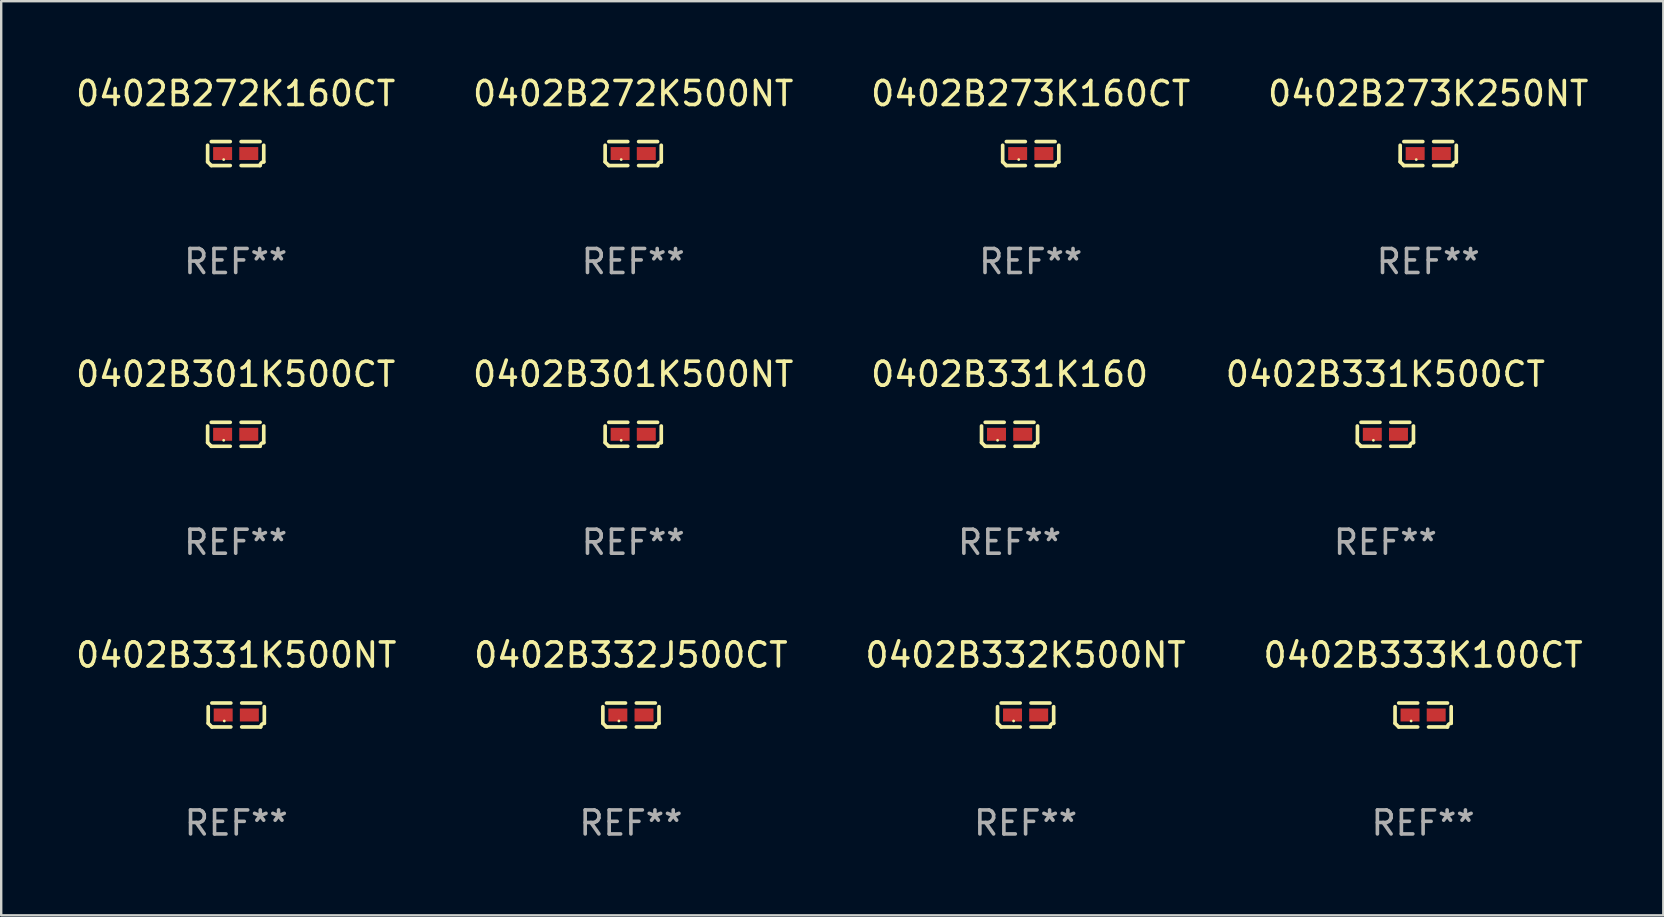
<source format=kicad_pcb>
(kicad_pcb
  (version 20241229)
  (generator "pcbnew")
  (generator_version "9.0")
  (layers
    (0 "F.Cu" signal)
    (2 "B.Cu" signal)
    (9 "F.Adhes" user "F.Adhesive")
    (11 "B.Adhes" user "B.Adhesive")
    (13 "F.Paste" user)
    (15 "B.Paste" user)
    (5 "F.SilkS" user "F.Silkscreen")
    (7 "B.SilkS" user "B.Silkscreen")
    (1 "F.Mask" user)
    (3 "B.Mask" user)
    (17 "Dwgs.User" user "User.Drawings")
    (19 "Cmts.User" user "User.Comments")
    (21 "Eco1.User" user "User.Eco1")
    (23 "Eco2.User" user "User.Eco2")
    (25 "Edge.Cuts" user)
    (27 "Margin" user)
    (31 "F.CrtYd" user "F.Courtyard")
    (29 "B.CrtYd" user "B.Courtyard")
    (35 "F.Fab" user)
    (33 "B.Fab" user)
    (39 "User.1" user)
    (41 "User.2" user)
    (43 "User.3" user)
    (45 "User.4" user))
  (footprint "0402B301K500CT"
    (layer "F.Cu")
    (at 6.768 15.041)
    (property "Reference" "0402B301K500CT" (at 0 -2.499 0) (layer "F.SilkS") (effects (font (size 1 1) (thickness 0.15))))
    (attr through_hole)
    (fp_line (start -1.169 0.346) (end -1.169 -0.346) (stroke (width 0.152) (type solid)) (layer "F.SilkS"))
    (fp_line (start -1.016 -0.499) (end -0.226 -0.499) (stroke (width 0.152) (type solid)) (layer "F.SilkS"))
    (fp_line (start -0.226 0.499) (end -1.016 0.499) (stroke (width 0.152) (type solid)) (layer "F.SilkS"))
    (fp_line (start 0.226 0.499) (end 1.016 0.499) (stroke (width 0.152) (type solid)) (layer "F.SilkS"))
    (fp_line (start 1.016 -0.499) (end 0.226 -0.499) (stroke (width 0.152) (type solid)) (layer "F.SilkS"))
    (fp_line (start 1.169 0.346) (end 1.169 -0.346) (stroke (width 0.152) (type solid)) (layer "F.SilkS"))
    (fp_arc (start -1.016307 0.498603) (mid -1.092512 0.422405) (end -1.16871 0.3462) (stroke (width 0.1524) (type solid)) (layer "F.SilkS"))
    (fp_arc (start 1.016307 0.498603) (mid 1.060899 0.390758) (end 1.168707 0.346076) (stroke (width 0.1524) (type solid)) (layer "F.SilkS"))
    (fp_circle (center -0.5 0.25) (end -0.47 0.25) (stroke (width 0.06) (type solid)) (fill no) (layer "F.SilkS"))
    (fp_text user "REF**" (at 0 4.499 0) (layer "F.Fab") (effects (font (size 1 1) (thickness 0.15))))
    (pad "1" smd rect (at -0.545 0) (size 0.79 0.54) (layers "F.Cu" "F.Mask" "F.Paste"))
    (pad "2" smd rect (at 0.545 0) (size 0.79 0.54) (layers "F.Cu" "F.Mask" "F.Paste")))
  (footprint "0402B331K500CT"
    (layer "F.Cu")
    (at 54.661 15.041)
    (property "Reference" "0402B331K500CT" (at 0 -2.499 0) (layer "F.SilkS") (effects (font (size 1 1) (thickness 0.15))))
    (attr through_hole)
    (fp_line (start -1.169 0.346) (end -1.169 -0.346) (stroke (width 0.152) (type solid)) (layer "F.SilkS"))
    (fp_line (start -1.016 -0.499) (end -0.226 -0.499) (stroke (width 0.152) (type solid)) (layer "F.SilkS"))
    (fp_line (start -0.226 0.499) (end -1.016 0.499) (stroke (width 0.152) (type solid)) (layer "F.SilkS"))
    (fp_line (start 0.226 0.499) (end 1.016 0.499) (stroke (width 0.152) (type solid)) (layer "F.SilkS"))
    (fp_line (start 1.016 -0.499) (end 0.226 -0.499) (stroke (width 0.152) (type solid)) (layer "F.SilkS"))
    (fp_line (start 1.169 0.346) (end 1.169 -0.346) (stroke (width 0.152) (type solid)) (layer "F.SilkS"))
    (fp_arc (start -1.016307 0.498603) (mid -1.092512 0.422405) (end -1.16871 0.3462) (stroke (width 0.1524) (type solid)) (layer "F.SilkS"))
    (fp_arc (start 1.016307 0.498603) (mid 1.060899 0.390758) (end 1.168707 0.346076) (stroke (width 0.1524) (type solid)) (layer "F.SilkS"))
    (fp_circle (center -0.5 0.25) (end -0.47 0.25) (stroke (width 0.06) (type solid)) (fill no) (layer "F.SilkS"))
    (fp_text user "REF**" (at 0 4.499 0) (layer "F.Fab") (effects (font (size 1 1) (thickness 0.15))))
    (pad "1" smd rect (at -0.545 0) (size 0.79 0.54) (layers "F.Cu" "F.Mask" "F.Paste"))
    (pad "2" smd rect (at 0.545 0) (size 0.79 0.54) (layers "F.Cu" "F.Mask" "F.Paste")))
  (footprint "0402B301K500NT"
    (layer "F.Cu")
    (at 23.327 15.041)
    (property "Reference" "0402B301K500NT" (at 0 -2.499 0) (layer "F.SilkS") (effects (font (size 1 1) (thickness 0.15))))
    (attr through_hole)
    (fp_line (start -1.169 0.346) (end -1.169 -0.346) (stroke (width 0.152) (type solid)) (layer "F.SilkS"))
    (fp_line (start -1.016 -0.499) (end -0.226 -0.499) (stroke (width 0.152) (type solid)) (layer "F.SilkS"))
    (fp_line (start -0.226 0.499) (end -1.016 0.499) (stroke (width 0.152) (type solid)) (layer "F.SilkS"))
    (fp_line (start 0.226 0.499) (end 1.016 0.499) (stroke (width 0.152) (type solid)) (layer "F.SilkS"))
    (fp_line (start 1.016 -0.499) (end 0.226 -0.499) (stroke (width 0.152) (type solid)) (layer "F.SilkS"))
    (fp_line (start 1.169 0.346) (end 1.169 -0.346) (stroke (width 0.152) (type solid)) (layer "F.SilkS"))
    (fp_arc (start -1.016307 0.498603) (mid -1.092512 0.422405) (end -1.16871 0.3462) (stroke (width 0.1524) (type solid)) (layer "F.SilkS"))
    (fp_arc (start 1.016307 0.498603) (mid 1.060899 0.390758) (end 1.168707 0.346076) (stroke (width 0.1524) (type solid)) (layer "F.SilkS"))
    (fp_circle (center -0.5 0.25) (end -0.47 0.25) (stroke (width 0.06) (type solid)) (fill no) (layer "F.SilkS"))
    (fp_text user "REF**" (at 0 4.499 0) (layer "F.Fab") (effects (font (size 1 1) (thickness 0.15))))
    (pad "1" smd rect (at -0.545 0) (size 0.79 0.54) (layers "F.Cu" "F.Mask" "F.Paste"))
    (pad "2" smd rect (at 0.545 0) (size 0.79 0.54) (layers "F.Cu" "F.Mask" "F.Paste")))
  (footprint "0402B273K250NT"
    (layer "F.Cu")
    (at 56.446 3.347)
    (property "Reference" "0402B273K250NT" (at 0 -2.499 0) (layer "F.SilkS") (effects (font (size 1 1) (thickness 0.15))))
    (attr through_hole)
    (fp_line (start -1.169 0.346) (end -1.169 -0.346) (stroke (width 0.152) (type solid)) (layer "F.SilkS"))
    (fp_line (start -1.016 -0.499) (end -0.226 -0.499) (stroke (width 0.152) (type solid)) (layer "F.SilkS"))
    (fp_line (start -0.226 0.499) (end -1.016 0.499) (stroke (width 0.152) (type solid)) (layer "F.SilkS"))
    (fp_line (start 0.226 0.499) (end 1.016 0.499) (stroke (width 0.152) (type solid)) (layer "F.SilkS"))
    (fp_line (start 1.016 -0.499) (end 0.226 -0.499) (stroke (width 0.152) (type solid)) (layer "F.SilkS"))
    (fp_line (start 1.169 0.346) (end 1.169 -0.346) (stroke (width 0.152) (type solid)) (layer "F.SilkS"))
    (fp_arc (start -1.016307 0.498603) (mid -1.092512 0.422405) (end -1.16871 0.3462) (stroke (width 0.1524) (type solid)) (layer "F.SilkS"))
    (fp_arc (start 1.016307 0.498603) (mid 1.060899 0.390758) (end 1.168707 0.346076) (stroke (width 0.1524) (type solid)) (layer "F.SilkS"))
    (fp_circle (center -0.5 0.25) (end -0.47 0.25) (stroke (width 0.06) (type solid)) (fill no) (layer "F.SilkS"))
    (fp_text user "REF**" (at 0 4.499 0) (layer "F.Fab") (effects (font (size 1 1) (thickness 0.15))))
    (pad "1" smd rect (at -0.545 0) (size 0.79 0.54) (layers "F.Cu" "F.Mask" "F.Paste"))
    (pad "2" smd rect (at 0.545 0) (size 0.79 0.54) (layers "F.Cu" "F.Mask" "F.Paste")))
  (footprint "0402B331K160"
    (layer "F.Cu")
    (at 39.006 15.041)
    (property "Reference" "0402B331K160" (at 0 -2.499 0) (layer "F.SilkS") (effects (font (size 1 1) (thickness 0.15))))
    (attr through_hole)
    (fp_line (start -1.169 0.346) (end -1.169 -0.346) (stroke (width 0.152) (type solid)) (layer "F.SilkS"))
    (fp_line (start -1.016 -0.499) (end -0.226 -0.499) (stroke (width 0.152) (type solid)) (layer "F.SilkS"))
    (fp_line (start -0.226 0.499) (end -1.016 0.499) (stroke (width 0.152) (type solid)) (layer "F.SilkS"))
    (fp_line (start 0.226 0.499) (end 1.016 0.499) (stroke (width 0.152) (type solid)) (layer "F.SilkS"))
    (fp_line (start 1.016 -0.499) (end 0.226 -0.499) (stroke (width 0.152) (type solid)) (layer "F.SilkS"))
    (fp_line (start 1.169 0.346) (end 1.169 -0.346) (stroke (width 0.152) (type solid)) (layer "F.SilkS"))
    (fp_arc (start -1.016307 0.498603) (mid -1.092512 0.422405) (end -1.16871 0.3462) (stroke (width 0.1524) (type solid)) (layer "F.SilkS"))
    (fp_arc (start 1.016307 0.498603) (mid 1.060899 0.390758) (end 1.168707 0.346076) (stroke (width 0.1524) (type solid)) (layer "F.SilkS"))
    (fp_circle (center -0.5 0.25) (end -0.47 0.25) (stroke (width 0.06) (type solid)) (fill no) (layer "F.SilkS"))
    (fp_text user "REF**" (at 0 4.499 0) (layer "F.Fab") (effects (font (size 1 1) (thickness 0.15))))
    (pad "1" smd rect (at -0.545 0) (size 0.79 0.54) (layers "F.Cu" "F.Mask" "F.Paste"))
    (pad "2" smd rect (at 0.545 0) (size 0.79 0.54) (layers "F.Cu" "F.Mask" "F.Paste")))
  (footprint "0402B272K160CT"
    (layer "F.Cu")
    (at 6.768 3.347)
    (property "Reference" "0402B272K160CT" (at 0 -2.499 0) (layer "F.SilkS") (effects (font (size 1 1) (thickness 0.15))))
    (attr through_hole)
    (fp_line (start -1.169 0.346) (end -1.169 -0.346) (stroke (width 0.152) (type solid)) (layer "F.SilkS"))
    (fp_line (start -1.016 -0.499) (end -0.226 -0.499) (stroke (width 0.152) (type solid)) (layer "F.SilkS"))
    (fp_line (start -0.226 0.499) (end -1.016 0.499) (stroke (width 0.152) (type solid)) (layer "F.SilkS"))
    (fp_line (start 0.226 0.499) (end 1.016 0.499) (stroke (width 0.152) (type solid)) (layer "F.SilkS"))
    (fp_line (start 1.016 -0.499) (end 0.226 -0.499) (stroke (width 0.152) (type solid)) (layer "F.SilkS"))
    (fp_line (start 1.169 0.346) (end 1.169 -0.346) (stroke (width 0.152) (type solid)) (layer "F.SilkS"))
    (fp_arc (start -1.016307 0.498603) (mid -1.092512 0.422405) (end -1.16871 0.3462) (stroke (width 0.1524) (type solid)) (layer "F.SilkS"))
    (fp_arc (start 1.016307 0.498603) (mid 1.060899 0.390758) (end 1.168707 0.346076) (stroke (width 0.1524) (type solid)) (layer "F.SilkS"))
    (fp_circle (center -0.5 0.25) (end -0.47 0.25) (stroke (width 0.06) (type solid)) (fill no) (layer "F.SilkS"))
    (fp_text user "REF**" (at 0 4.499 0) (layer "F.Fab") (effects (font (size 1 1) (thickness 0.15))))
    (pad "1" smd rect (at -0.545 0) (size 0.79 0.54) (layers "F.Cu" "F.Mask" "F.Paste"))
    (pad "2" smd rect (at 0.545 0) (size 0.79 0.54) (layers "F.Cu" "F.Mask" "F.Paste")))
  (footprint "0402B333K100CT"
    (layer "F.Cu")
    (at 56.232 26.734)
    (property "Reference" "0402B333K100CT" (at 0 -2.499 0) (layer "F.SilkS") (effects (font (size 1 1) (thickness 0.15))))
    (attr through_hole)
    (fp_line (start -1.169 0.346) (end -1.169 -0.346) (stroke (width 0.152) (type solid)) (layer "F.SilkS"))
    (fp_line (start -1.016 -0.499) (end -0.226 -0.499) (stroke (width 0.152) (type solid)) (layer "F.SilkS"))
    (fp_line (start -0.226 0.499) (end -1.016 0.499) (stroke (width 0.152) (type solid)) (layer "F.SilkS"))
    (fp_line (start 0.226 0.499) (end 1.016 0.499) (stroke (width 0.152) (type solid)) (layer "F.SilkS"))
    (fp_line (start 1.016 -0.499) (end 0.226 -0.499) (stroke (width 0.152) (type solid)) (layer "F.SilkS"))
    (fp_line (start 1.169 0.346) (end 1.169 -0.346) (stroke (width 0.152) (type solid)) (layer "F.SilkS"))
    (fp_arc (start -1.016307 0.498603) (mid -1.092512 0.422405) (end -1.16871 0.3462) (stroke (width 0.1524) (type solid)) (layer "F.SilkS"))
    (fp_arc (start 1.016307 0.498603) (mid 1.060899 0.390758) (end 1.168707 0.346076) (stroke (width 0.1524) (type solid)) (layer "F.SilkS"))
    (fp_circle (center -0.5 0.25) (end -0.47 0.25) (stroke (width 0.06) (type solid)) (fill no) (layer "F.SilkS"))
    (fp_text user "REF**" (at 0 4.499 0) (layer "F.Fab") (effects (font (size 1 1) (thickness 0.15))))
    (pad "1" smd rect (at -0.545 0) (size 0.79 0.54) (layers "F.Cu" "F.Mask" "F.Paste"))
    (pad "2" smd rect (at 0.545 0) (size 0.79 0.54) (layers "F.Cu" "F.Mask" "F.Paste")))
  (footprint "0402B272K500NT"
    (layer "F.Cu")
    (at 23.327 3.347)
    (property "Reference" "0402B272K500NT" (at 0 -2.499 0) (layer "F.SilkS") (effects (font (size 1 1) (thickness 0.15))))
    (attr through_hole)
    (fp_line (start -1.169 0.346) (end -1.169 -0.346) (stroke (width 0.152) (type solid)) (layer "F.SilkS"))
    (fp_line (start -1.016 -0.499) (end -0.226 -0.499) (stroke (width 0.152) (type solid)) (layer "F.SilkS"))
    (fp_line (start -0.226 0.499) (end -1.016 0.499) (stroke (width 0.152) (type solid)) (layer "F.SilkS"))
    (fp_line (start 0.226 0.499) (end 1.016 0.499) (stroke (width 0.152) (type solid)) (layer "F.SilkS"))
    (fp_line (start 1.016 -0.499) (end 0.226 -0.499) (stroke (width 0.152) (type solid)) (layer "F.SilkS"))
    (fp_line (start 1.169 0.346) (end 1.169 -0.346) (stroke (width 0.152) (type solid)) (layer "F.SilkS"))
    (fp_arc (start -1.016307 0.498603) (mid -1.092512 0.422405) (end -1.16871 0.3462) (stroke (width 0.1524) (type solid)) (layer "F.SilkS"))
    (fp_arc (start 1.016307 0.498603) (mid 1.060899 0.390758) (end 1.168707 0.346076) (stroke (width 0.1524) (type solid)) (layer "F.SilkS"))
    (fp_circle (center -0.5 0.25) (end -0.47 0.25) (stroke (width 0.06) (type solid)) (fill no) (layer "F.SilkS"))
    (fp_text user "REF**" (at 0 4.499 0) (layer "F.Fab") (effects (font (size 1 1) (thickness 0.15))))
    (pad "1" smd rect (at -0.545 0) (size 0.79 0.54) (layers "F.Cu" "F.Mask" "F.Paste"))
    (pad "2" smd rect (at 0.545 0) (size 0.79 0.54) (layers "F.Cu" "F.Mask" "F.Paste")))
  (footprint "0402B332K500NT"
    (layer "F.Cu")
    (at 39.673 26.734)
    (property "Reference" "0402B332K500NT" (at 0 -2.499 0) (layer "F.SilkS") (effects (font (size 1 1) (thickness 0.15))))
    (attr through_hole)
    (fp_line (start -1.169 0.346) (end -1.169 -0.346) (stroke (width 0.152) (type solid)) (layer "F.SilkS"))
    (fp_line (start -1.016 -0.499) (end -0.226 -0.499) (stroke (width 0.152) (type solid)) (layer "F.SilkS"))
    (fp_line (start -0.226 0.499) (end -1.016 0.499) (stroke (width 0.152) (type solid)) (layer "F.SilkS"))
    (fp_line (start 0.226 0.499) (end 1.016 0.499) (stroke (width 0.152) (type solid)) (layer "F.SilkS"))
    (fp_line (start 1.016 -0.499) (end 0.226 -0.499) (stroke (width 0.152) (type solid)) (layer "F.SilkS"))
    (fp_line (start 1.169 0.346) (end 1.169 -0.346) (stroke (width 0.152) (type solid)) (layer "F.SilkS"))
    (fp_arc (start -1.016307 0.498603) (mid -1.092512 0.422405) (end -1.16871 0.3462) (stroke (width 0.1524) (type solid)) (layer "F.SilkS"))
    (fp_arc (start 1.016307 0.498603) (mid 1.060899 0.390758) (end 1.168707 0.346076) (stroke (width 0.1524) (type solid)) (layer "F.SilkS"))
    (fp_circle (center -0.5 0.25) (end -0.47 0.25) (stroke (width 0.06) (type solid)) (fill no) (layer "F.SilkS"))
    (fp_text user "REF**" (at 0 4.499 0) (layer "F.Fab") (effects (font (size 1 1) (thickness 0.15))))
    (pad "1" smd rect (at -0.545 0) (size 0.79 0.54) (layers "F.Cu" "F.Mask" "F.Paste"))
    (pad "2" smd rect (at 0.545 0) (size 0.79 0.54) (layers "F.Cu" "F.Mask" "F.Paste")))
  (footprint "0402B273K160CT"
    (layer "F.Cu")
    (at 39.887 3.347)
    (property "Reference" "0402B273K160CT" (at 0 -2.499 0) (layer "F.SilkS") (effects (font (size 1 1) (thickness 0.15))))
    (attr through_hole)
    (fp_line (start -1.169 0.346) (end -1.169 -0.346) (stroke (width 0.152) (type solid)) (layer "F.SilkS"))
    (fp_line (start -1.016 -0.499) (end -0.226 -0.499) (stroke (width 0.152) (type solid)) (layer "F.SilkS"))
    (fp_line (start -0.226 0.499) (end -1.016 0.499) (stroke (width 0.152) (type solid)) (layer "F.SilkS"))
    (fp_line (start 0.226 0.499) (end 1.016 0.499) (stroke (width 0.152) (type solid)) (layer "F.SilkS"))
    (fp_line (start 1.016 -0.499) (end 0.226 -0.499) (stroke (width 0.152) (type solid)) (layer "F.SilkS"))
    (fp_line (start 1.169 0.346) (end 1.169 -0.346) (stroke (width 0.152) (type solid)) (layer "F.SilkS"))
    (fp_arc (start -1.016307 0.498603) (mid -1.092512 0.422405) (end -1.16871 0.3462) (stroke (width 0.1524) (type solid)) (layer "F.SilkS"))
    (fp_arc (start 1.016307 0.498603) (mid 1.060899 0.390758) (end 1.168707 0.346076) (stroke (width 0.1524) (type solid)) (layer "F.SilkS"))
    (fp_circle (center -0.5 0.25) (end -0.47 0.25) (stroke (width 0.06) (type solid)) (fill no) (layer "F.SilkS"))
    (fp_text user "REF**" (at 0 4.499 0) (layer "F.Fab") (effects (font (size 1 1) (thickness 0.15))))
    (pad "1" smd rect (at -0.545 0) (size 0.79 0.54) (layers "F.Cu" "F.Mask" "F.Paste"))
    (pad "2" smd rect (at 0.545 0) (size 0.79 0.54) (layers "F.Cu" "F.Mask" "F.Paste")))
  (footprint "0402B331K500NT"
    (layer "F.Cu")
    (at 6.792 26.734)
    (property "Reference" "0402B331K500NT" (at 0 -2.499 0) (layer "F.SilkS") (effects (font (size 1 1) (thickness 0.15))))
    (attr through_hole)
    (fp_line (start -1.169 0.346) (end -1.169 -0.346) (stroke (width 0.152) (type solid)) (layer "F.SilkS"))
    (fp_line (start -1.016 -0.499) (end -0.226 -0.499) (stroke (width 0.152) (type solid)) (layer "F.SilkS"))
    (fp_line (start -0.226 0.499) (end -1.016 0.499) (stroke (width 0.152) (type solid)) (layer "F.SilkS"))
    (fp_line (start 0.226 0.499) (end 1.016 0.499) (stroke (width 0.152) (type solid)) (layer "F.SilkS"))
    (fp_line (start 1.016 -0.499) (end 0.226 -0.499) (stroke (width 0.152) (type solid)) (layer "F.SilkS"))
    (fp_line (start 1.169 0.346) (end 1.169 -0.346) (stroke (width 0.152) (type solid)) (layer "F.SilkS"))
    (fp_arc (start -1.016307 0.498603) (mid -1.092512 0.422405) (end -1.16871 0.3462) (stroke (width 0.1524) (type solid)) (layer "F.SilkS"))
    (fp_arc (start 1.016307 0.498603) (mid 1.060899 0.390758) (end 1.168707 0.346076) (stroke (width 0.1524) (type solid)) (layer "F.SilkS"))
    (fp_circle (center -0.5 0.25) (end -0.47 0.25) (stroke (width 0.06) (type solid)) (fill no) (layer "F.SilkS"))
    (fp_text user "REF**" (at 0 4.499 0) (layer "F.Fab") (effects (font (size 1 1) (thickness 0.15))))
    (pad "1" smd rect (at -0.545 0) (size 0.79 0.54) (layers "F.Cu" "F.Mask" "F.Paste"))
    (pad "2" smd rect (at 0.545 0) (size 0.79 0.54) (layers "F.Cu" "F.Mask" "F.Paste")))
  (footprint "0402B332J500CT"
    (layer "F.Cu")
    (at 23.232 26.734)
    (property "Reference" "0402B332J500CT" (at 0 -2.499 0) (layer "F.SilkS") (effects (font (size 1 1) (thickness 0.15))))
    (attr through_hole)
    (fp_line (start -1.169 0.346) (end -1.169 -0.346) (stroke (width 0.152) (type solid)) (layer "F.SilkS"))
    (fp_line (start -1.016 -0.499) (end -0.226 -0.499) (stroke (width 0.152) (type solid)) (layer "F.SilkS"))
    (fp_line (start -0.226 0.499) (end -1.016 0.499) (stroke (width 0.152) (type solid)) (layer "F.SilkS"))
    (fp_line (start 0.226 0.499) (end 1.016 0.499) (stroke (width 0.152) (type solid)) (layer "F.SilkS"))
    (fp_line (start 1.016 -0.499) (end 0.226 -0.499) (stroke (width 0.152) (type solid)) (layer "F.SilkS"))
    (fp_line (start 1.169 0.346) (end 1.169 -0.346) (stroke (width 0.152) (type solid)) (layer "F.SilkS"))
    (fp_arc (start -1.016307 0.498603) (mid -1.092512 0.422405) (end -1.16871 0.3462) (stroke (width 0.1524) (type solid)) (layer "F.SilkS"))
    (fp_arc (start 1.016307 0.498603) (mid 1.060899 0.390758) (end 1.168707 0.346076) (stroke (width 0.1524) (type solid)) (layer "F.SilkS"))
    (fp_circle (center -0.5 0.25) (end -0.47 0.25) (stroke (width 0.06) (type solid)) (fill no) (layer "F.SilkS"))
    (fp_text user "REF**" (at 0 4.499 0) (layer "F.Fab") (effects (font (size 1 1) (thickness 0.15))))
    (pad "1" smd rect (at -0.545 0) (size 0.79 0.54) (layers "F.Cu" "F.Mask" "F.Paste"))
    (pad "2" smd rect (at 0.545 0) (size 0.79 0.54) (layers "F.Cu" "F.Mask" "F.Paste")))
  (gr_rect
    (start -3 -3)
    (end 66.238 35.081)
    (stroke (width 0.1) (type default))
    (fill no)
    (layer "Edge.Cuts")))
</source>
